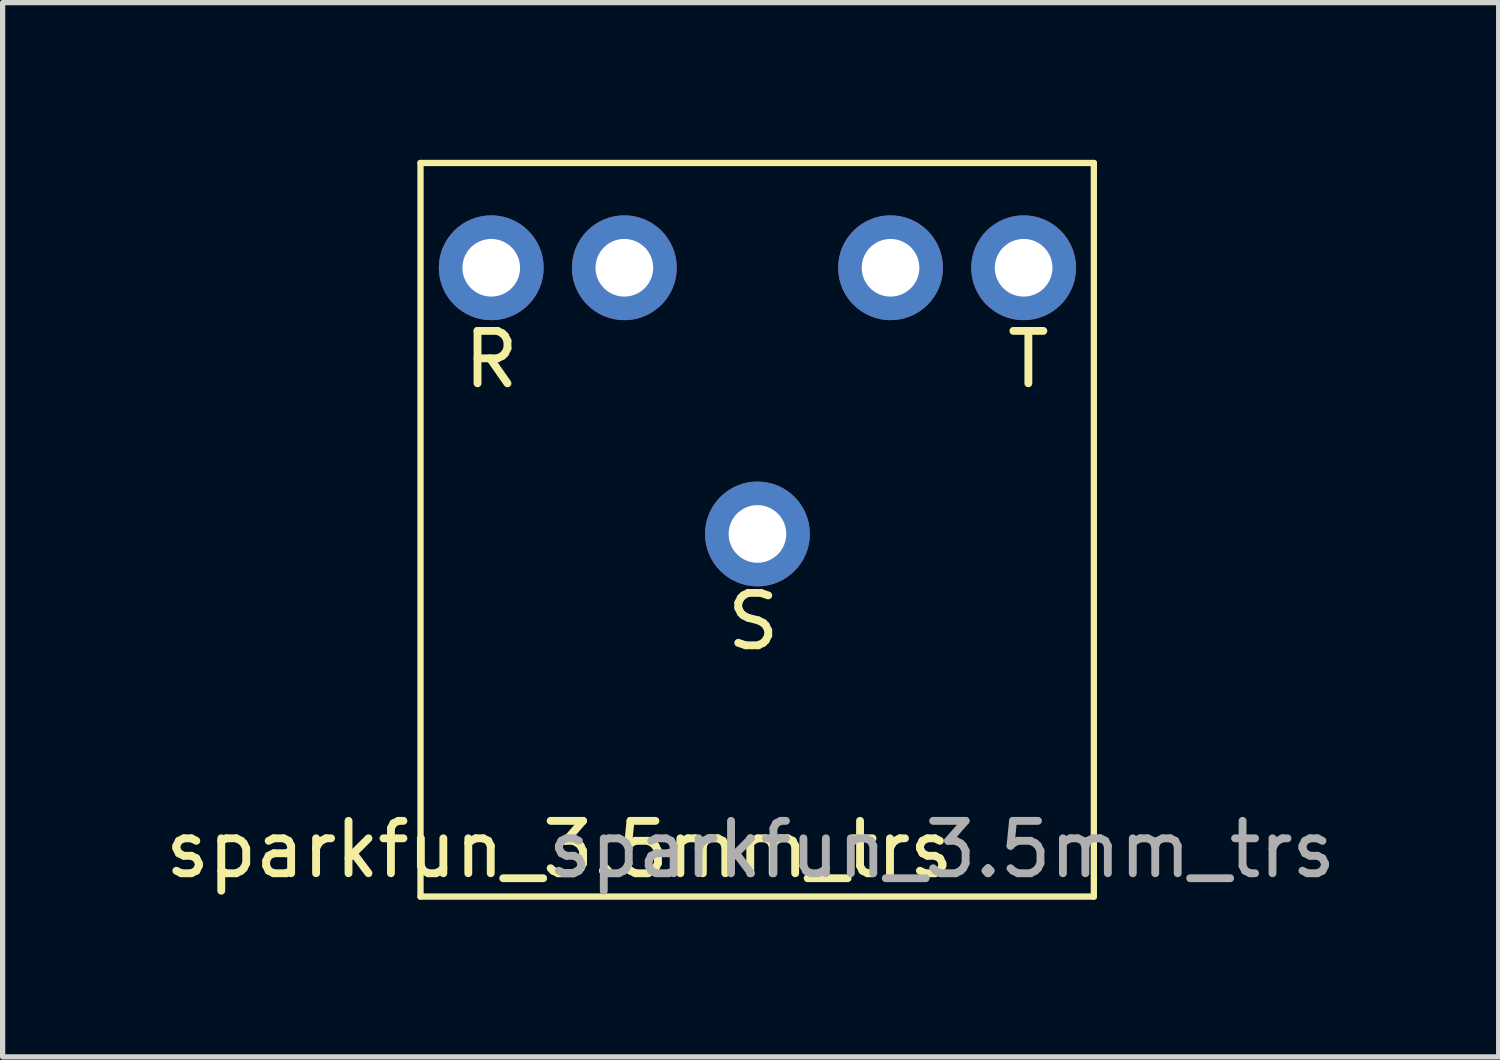
<source format=kicad_pcb>
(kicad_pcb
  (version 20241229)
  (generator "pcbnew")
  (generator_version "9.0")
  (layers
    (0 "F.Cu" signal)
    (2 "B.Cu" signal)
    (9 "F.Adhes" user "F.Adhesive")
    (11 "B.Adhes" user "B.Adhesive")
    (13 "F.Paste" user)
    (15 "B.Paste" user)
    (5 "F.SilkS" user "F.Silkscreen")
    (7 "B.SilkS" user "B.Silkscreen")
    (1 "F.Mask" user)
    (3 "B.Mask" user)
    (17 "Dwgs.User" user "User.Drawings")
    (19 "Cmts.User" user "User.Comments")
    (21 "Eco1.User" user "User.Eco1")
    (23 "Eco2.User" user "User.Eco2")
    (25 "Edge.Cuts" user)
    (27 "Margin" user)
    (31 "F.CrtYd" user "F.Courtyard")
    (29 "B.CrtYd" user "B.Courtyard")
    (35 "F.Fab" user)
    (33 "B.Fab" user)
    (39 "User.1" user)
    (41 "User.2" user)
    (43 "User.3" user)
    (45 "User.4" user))
  (footprint "sparkfun_3.5mm_trs"
    (layer "F.Cu")
    (at 6.325 2.06)
    (property "Reference" "sparkfun_3.5mm_trs" (at 1.3 11.1 0) (unlocked yes) (layer "F.SilkS") (effects (font (size 1 1) (thickness 0.15))))
    (attr through_hole)
    (fp_line (start -1.35 -2) (end 11.5 -2) (stroke (width 0.12) (type solid)) (layer "F.SilkS"))
    (fp_line (start -1.35 12) (end -1.35 -2) (stroke (width 0.12) (type solid)) (layer "F.SilkS"))
    (fp_line (start 11.5 -2) (end 11.5 12) (stroke (width 0.12) (type solid)) (layer "F.SilkS"))
    (fp_line (start 11.5 12) (end -1.35 12) (stroke (width 0.12) (type solid)) (layer "F.SilkS"))
    (fp_text user "R" (at 0 1.75 0) (unlocked yes) (layer "F.SilkS") (effects (font (size 1 1) (thickness 0.15))))
    (fp_text user "S" (at 5 6.75 0) (unlocked yes) (layer "F.SilkS") (effects (font (size 1 1) (thickness 0.15))))
    (fp_text user "T" (at 10.25 1.75 0) (unlocked yes) (layer "F.SilkS") (effects (font (size 1 1) (thickness 0.15))))
    (fp_text user "${REFERENCE}" (at 8.6 11.1 0) (unlocked yes) (layer "F.Fab") (effects (font (size 1 1) (thickness 0.15))))
    (pad "1" thru_hole circle (at 5.08 5.08) (size 2 2) (drill 1.1) (layers "*.Cu" "*.Mask"))
    (pad "2" thru_hole circle (at 0 0) (size 2 2) (drill 1.1) (layers "*.Cu" "*.Mask"))
    (pad "3" thru_hole circle (at 2.54 0) (size 2 2) (drill 1.1) (layers "*.Cu" "*.Mask"))
    (pad "4" thru_hole circle (at 7.62 0) (size 2 2) (drill 1.1) (layers "*.Cu" "*.Mask"))
    (pad "5" thru_hole circle (at 10.16 0) (size 2 2) (drill 1.1) (layers "*.Cu" "*.Mask")))
  (gr_rect
    (start -3 -3)
    (end 25.55 17.12)
    (stroke (width 0.1) (type default))
    (fill no)
    (layer "Edge.Cuts")))
</source>
